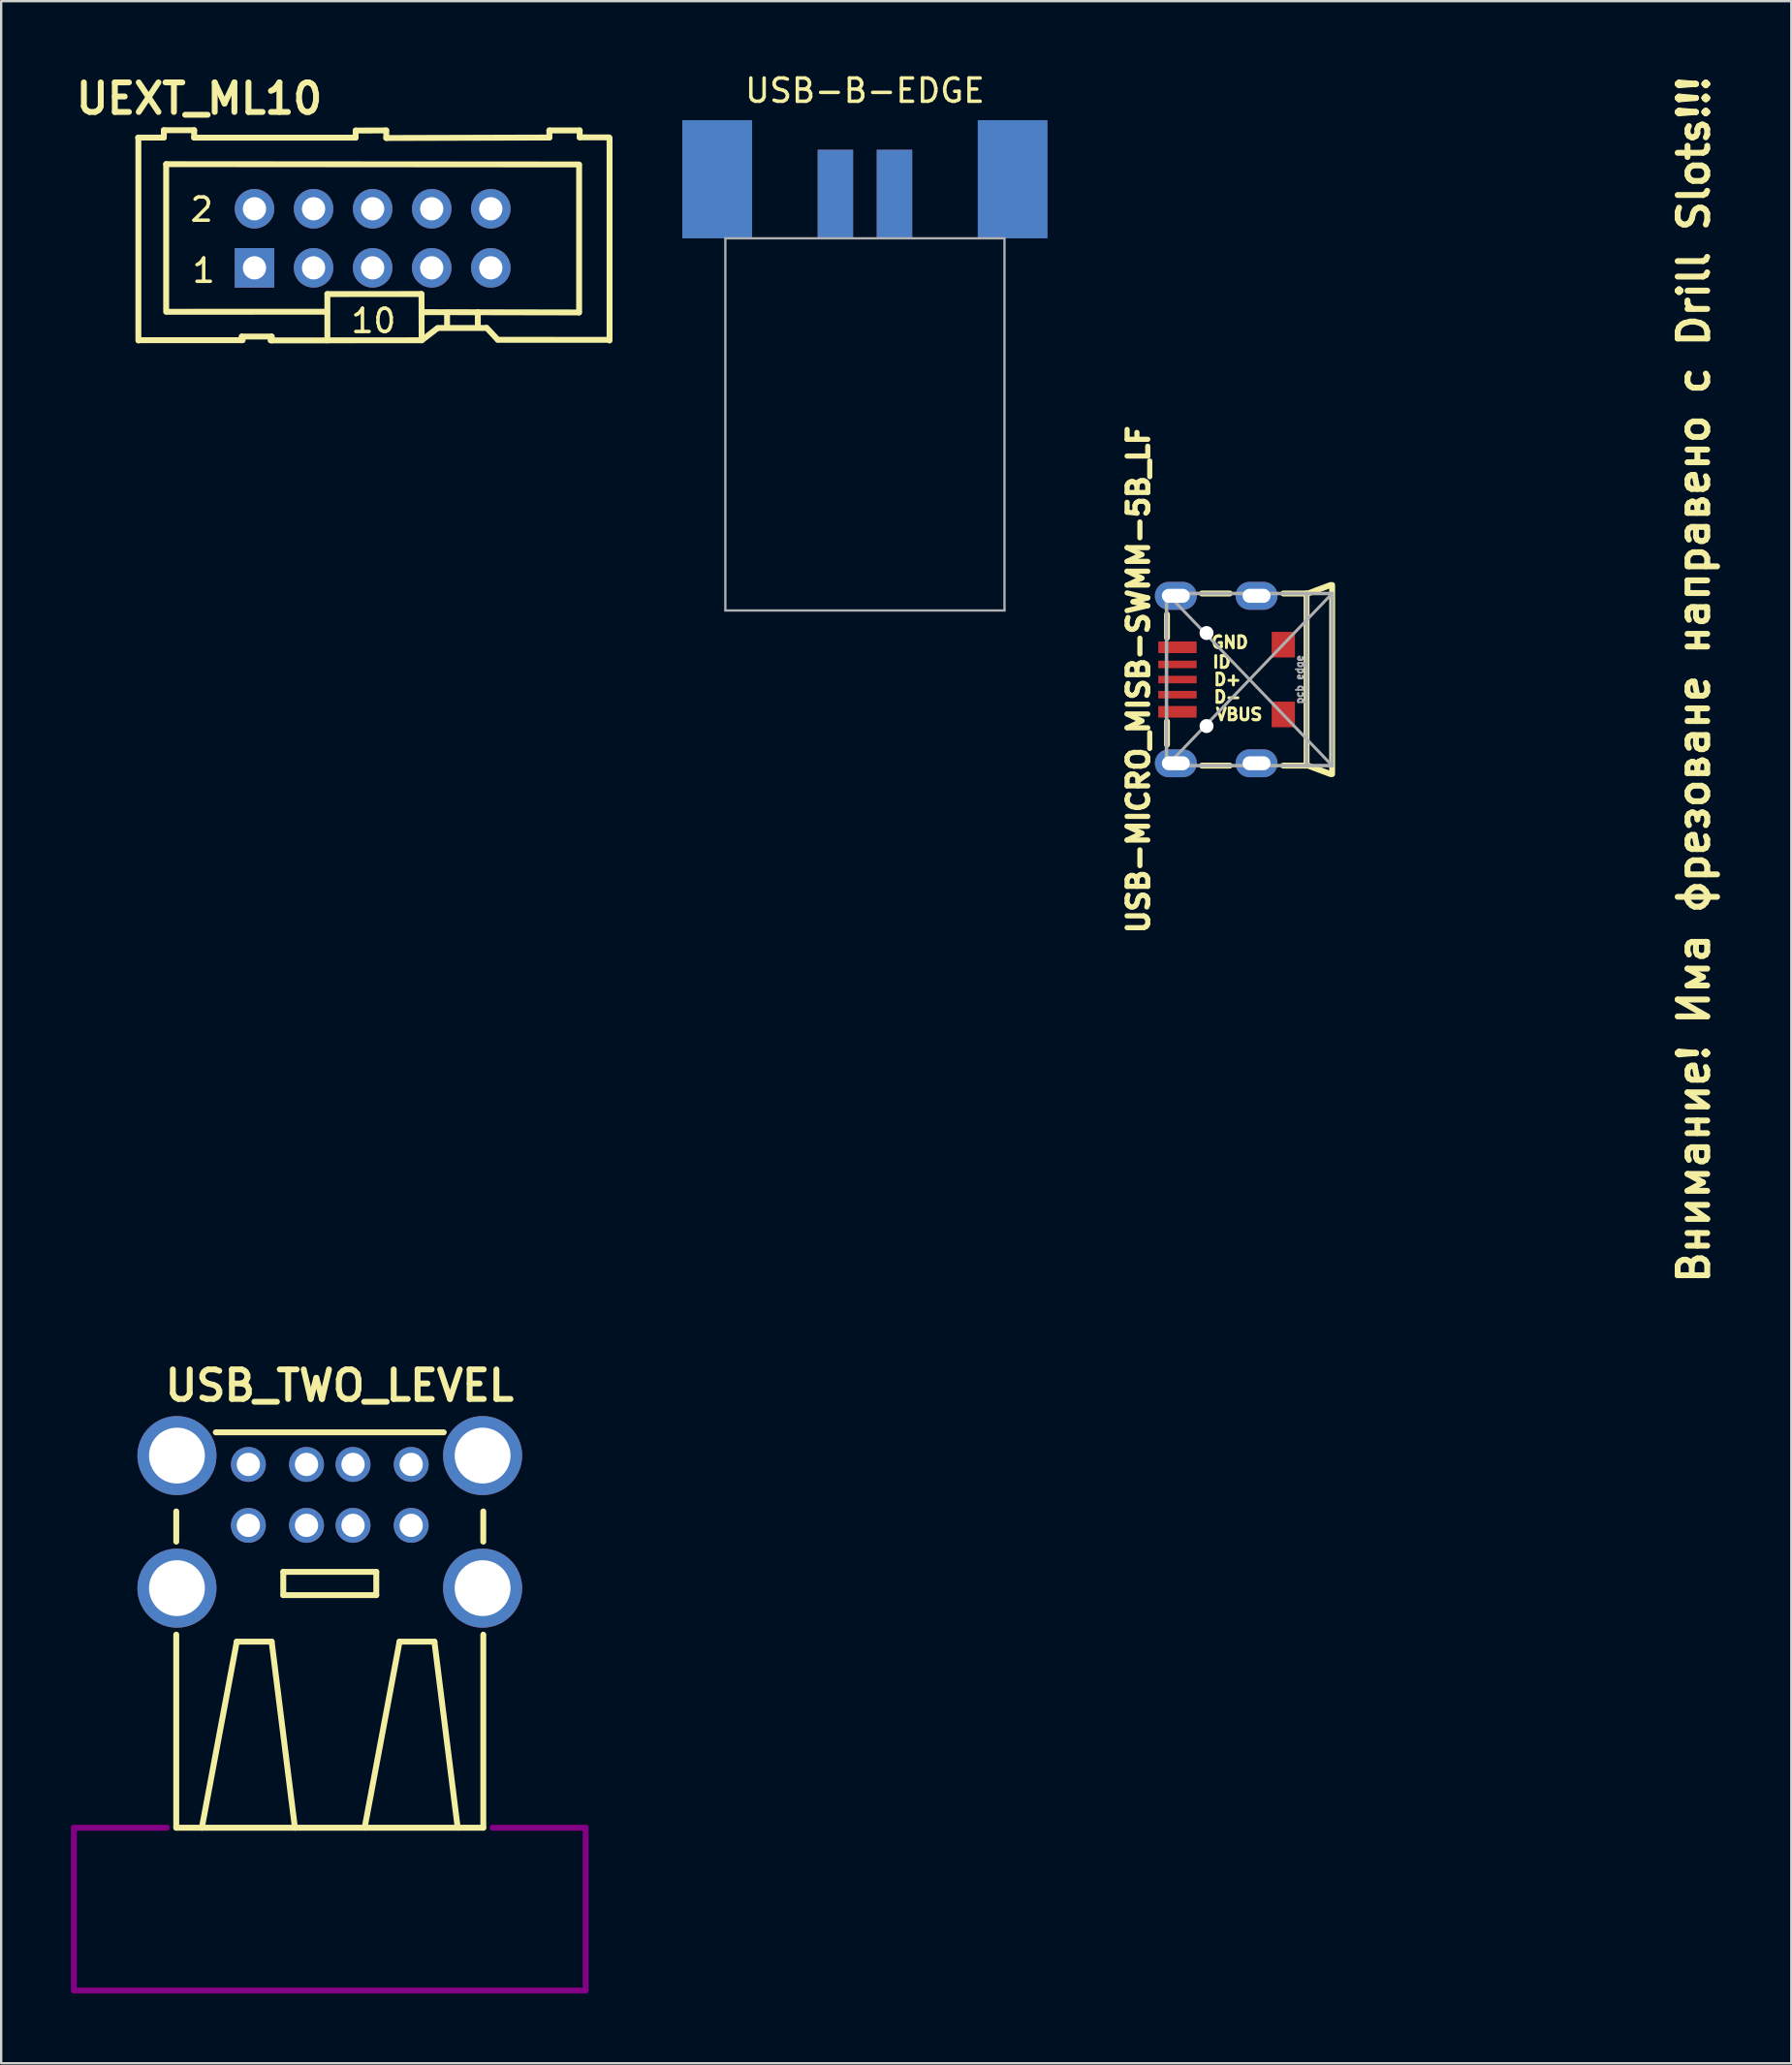
<source format=kicad_pcb>
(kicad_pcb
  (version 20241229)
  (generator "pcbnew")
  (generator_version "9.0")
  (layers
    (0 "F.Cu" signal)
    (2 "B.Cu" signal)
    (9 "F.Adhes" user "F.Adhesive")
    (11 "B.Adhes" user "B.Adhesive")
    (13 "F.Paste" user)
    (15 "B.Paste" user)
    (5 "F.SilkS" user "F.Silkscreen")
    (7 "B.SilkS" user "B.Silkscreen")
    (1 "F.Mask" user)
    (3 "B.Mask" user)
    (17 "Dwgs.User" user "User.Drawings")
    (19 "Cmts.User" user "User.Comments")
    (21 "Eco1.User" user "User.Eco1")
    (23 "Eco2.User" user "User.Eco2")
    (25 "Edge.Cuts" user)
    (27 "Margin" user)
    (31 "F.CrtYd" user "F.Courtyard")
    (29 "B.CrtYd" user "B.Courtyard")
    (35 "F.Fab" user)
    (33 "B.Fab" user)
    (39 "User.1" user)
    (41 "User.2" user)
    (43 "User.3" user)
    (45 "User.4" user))
  (footprint "USB-B-EDGE"
    (layer "F.Cu")
    (at 34.133 7.198)
    (property "Reference" "USB-B-EDGE" (at 0 -6.35 0) (layer "F.SilkS") (effects (font (size 1 1) (thickness 0.15))))
    (attr smd)
    (fp_line (start -6 0) (end 6 0) (stroke (width 0.1) (type solid)) (layer "F.Fab"))
    (fp_line (start -6 16) (end -6 0) (stroke (width 0.1) (type solid)) (layer "F.Fab"))
    (fp_line (start 6 0) (end 6 16) (stroke (width 0.1) (type solid)) (layer "F.Fab"))
    (fp_line (start 6 16) (end -6 16) (stroke (width 0.1) (type solid)) (layer "F.Fab"))
    (pad "0" smd rect (at -6.35 -2.54) (size 3 5.08) (layers "B.Cu" "B.Mask"))
    (pad "0" smd rect (at 6.35 -2.54) (size 3 5.08) (layers "B.Cu" "B.Mask"))
    (pad "1" smd rect (at 1.27 -1.905) (size 1.524 3.81) (layers "F.Cu" "F.Mask" "F.Paste"))
    (pad "2" smd rect (at -1.27 -1.905) (size 1.524 3.81) (layers "F.Cu" "F.Mask" "F.Paste"))
    (pad "3" smd rect (at -1.27 -1.905) (size 1.524 3.81) (layers "B.Cu" "B.Mask"))
    (pad "4" smd rect (at 1.27 -1.905) (size 1.524 3.81) (layers "B.Cu" "B.Mask" "F.Paste")))
  (footprint "UEXT_ML10"
    (layer "F.Cu")
    (at 12.97 7.196)
    (property "Reference" "UEXT_ML10" (at -7.455 -6.007 0) (layer "F.SilkS") (effects (font (size 1.27 1.27) (thickness 0.254))))
    (attr through_hole)
    (fp_line (start -10.084 -4.331) (end -8.979 -4.331) (stroke (width 0.254) (type solid)) (layer "F.SilkS"))
    (fp_line (start -10.071 -4.318) (end -10.071 4.394) (stroke (width 0.254) (type solid)) (layer "F.SilkS"))
    (fp_line (start -10.058 4.381) (end -5.588 4.381) (stroke (width 0.254) (type solid)) (layer "F.SilkS"))
    (fp_line (start -8.976 -4.648) (end -8.976 -4.336) (stroke (width 0.254) (type solid)) (layer "F.SilkS"))
    (fp_line (start -8.877 -3.188) (end -8.877 3.162) (stroke (width 0.254) (type solid)) (layer "F.SilkS"))
    (fp_line (start -8.877 -3.188) (end 8.865 -3.175) (stroke (width 0.254) (type solid)) (layer "F.SilkS"))
    (fp_line (start -7.673 -4.648) (end -8.976 -4.648) (stroke (width 0.254) (type solid)) (layer "F.SilkS"))
    (fp_line (start -7.673 -4.328) (end -7.673 -4.648) (stroke (width 0.254) (type solid)) (layer "F.SilkS"))
    (fp_line (start -5.631 4.384) (end -5.624 4.224) (stroke (width 0.254) (type solid)) (layer "F.SilkS"))
    (fp_line (start -5.624 4.224) (end -4.351 4.224) (stroke (width 0.254) (type solid)) (layer "F.SilkS"))
    (fp_line (start -4.389 4.389) (end -1.991 4.389) (stroke (width 0.254) (type solid)) (layer "F.SilkS"))
    (fp_line (start -4.338 4.224) (end -4.338 4.392) (stroke (width 0.254) (type solid)) (layer "F.SilkS"))
    (fp_line (start -1.958 3.157) (end -8.806 3.16) (stroke (width 0.254) (type solid)) (layer "F.SilkS"))
    (fp_line (start -1.946 2.398) (end 2.095 2.395) (stroke (width 0.254) (type solid)) (layer "F.SilkS"))
    (fp_line (start -1.946 4.387) (end 2.103 4.384) (stroke (width 0.254) (type solid)) (layer "F.SilkS"))
    (fp_line (start -1.946 4.389) (end -1.946 2.398) (stroke (width 0.254) (type solid)) (layer "F.SilkS"))
    (fp_line (start -0.734 -4.328) (end -7.673 -4.328) (stroke (width 0.254) (type solid)) (layer "F.SilkS"))
    (fp_line (start -0.729 -4.633) (end -0.734 -4.328) (stroke (width 0.254) (type solid)) (layer "F.SilkS"))
    (fp_line (start 0.582 -4.638) (end -0.729 -4.633) (stroke (width 0.254) (type solid)) (layer "F.SilkS"))
    (fp_line (start 0.587 -4.313) (end 0.582 -4.638) (stroke (width 0.254) (type solid)) (layer "F.SilkS"))
    (fp_line (start 2.101 2.395) (end 2.106 4.384) (stroke (width 0.254) (type solid)) (layer "F.SilkS"))
    (fp_line (start 2.121 3.175) (end 8.865 3.188) (stroke (width 0.254) (type solid)) (layer "F.SilkS"))
    (fp_line (start 2.131 4.371) (end 2.781 3.868) (stroke (width 0.254) (type solid)) (layer "F.SilkS"))
    (fp_line (start 2.807 3.856) (end 4.813 3.856) (stroke (width 0.254) (type solid)) (layer "F.SilkS"))
    (fp_line (start 3.2 3.188) (end 3.2 3.835) (stroke (width 0.254) (type solid)) (layer "F.SilkS"))
    (fp_line (start 4.521 3.175) (end 4.521 3.835) (stroke (width 0.254) (type solid)) (layer "F.SilkS"))
    (fp_line (start 4.763 3.856) (end 4.844 3.856) (stroke (width 0.15) (type solid)) (layer "F.SilkS"))
    (fp_line (start 4.831 3.856) (end 4.907 3.856) (stroke (width 0.15) (type solid)) (layer "F.SilkS"))
    (fp_line (start 4.895 3.843) (end 5.37 4.351) (stroke (width 0.254) (type solid)) (layer "F.SilkS"))
    (fp_line (start 5.382 4.364) (end 10.137 4.366) (stroke (width 0.254) (type solid)) (layer "F.SilkS"))
    (fp_line (start 7.597 -4.638) (end 7.597 -4.333) (stroke (width 0.254) (type solid)) (layer "F.SilkS"))
    (fp_line (start 7.597 -4.333) (end 0.587 -4.313) (stroke (width 0.254) (type solid)) (layer "F.SilkS"))
    (fp_line (start 8.877 -3.162) (end 8.877 3.188) (stroke (width 0.254) (type solid)) (layer "F.SilkS"))
    (fp_line (start 8.9 -4.638) (end 7.597 -4.638) (stroke (width 0.254) (type solid)) (layer "F.SilkS"))
    (fp_line (start 8.9 -4.341) (end 8.9 -4.638) (stroke (width 0.254) (type solid)) (layer "F.SilkS"))
    (fp_line (start 10.155 -4.338) (end 8.9 -4.341) (stroke (width 0.254) (type solid)) (layer "F.SilkS"))
    (fp_line (start 10.185 -4.318) (end 10.185 4.394) (stroke (width 0.254) (type solid)) (layer "F.SilkS"))
    (fp_text user "2" (at -7.348 -1.234 0) (layer "F.SilkS") (effects (font (size 1 1) (thickness 0.15))))
    (fp_text user "10" (at 0.038 3.551 0) (layer "F.SilkS") (effects (font (size 1 1) (thickness 0.15))))
    (fp_text user "1" (at -7.264 1.392 0) (layer "F.SilkS") (effects (font (size 1 1) (thickness 0.15))))
    (pad "1" thru_hole rect (at -5.08 1.27) (size 1.7 1.7) (drill 1) (layers "*.Cu" "*.Mask"))
    (pad "2" thru_hole circle (at -5.08 -1.27) (size 1.7 1.7) (drill 1) (layers "*.Cu" "*.Mask"))
    (pad "3" thru_hole circle (at -2.54 1.27) (size 1.7 1.7) (drill 1) (layers "*.Cu" "*.Mask"))
    (pad "4" thru_hole circle (at -2.54 -1.27) (size 1.7 1.7) (drill 1) (layers "*.Cu" "*.Mask"))
    (pad "5" thru_hole circle (at 0 1.27) (size 1.7 1.7) (drill 1) (layers "*.Cu" "*.Mask"))
    (pad "6" thru_hole circle (at 0 -1.27) (size 1.7 1.7) (drill 1) (layers "*.Cu" "*.Mask"))
    (pad "7" thru_hole circle (at 2.54 1.27) (size 1.7 1.7) (drill 1) (layers "*.Cu" "*.Mask"))
    (pad "8" thru_hole circle (at 2.54 -1.27) (size 1.7 1.7) (drill 1) (layers "*.Cu" "*.Mask"))
    (pad "9" thru_hole circle (at 5.08 1.27) (size 1.7 1.7) (drill 1) (layers "*.Cu" "*.Mask"))
    (pad "10" thru_hole circle (at 5.08 -1.27) (size 1.7 1.7) (drill 1) (layers "*.Cu" "*.Mask")))
  (footprint "USB-MICRO_MISB-SWMM-5B_LF"
    (layer "F.Cu")
    (at 50.719 26.168)
    (property "Reference" "USB-MICRO_MISB-SWMM-5B_LF" (at -4.826 0 90) (layer "F.SilkS") (effects (font (size 0.889 0.889) (thickness 0.222))))
    (attr smd)
    (fp_line (start -3.6 -2.8) (end -3.6 -1.8) (stroke (width 0.254) (type solid)) (layer "F.SilkS"))
    (fp_line (start -3.6 1.8) (end -3.6 2.8) (stroke (width 0.254) (type solid)) (layer "F.SilkS"))
    (fp_line (start -2.1 -3.7) (end -0.9 -3.7) (stroke (width 0.254) (type solid)) (layer "F.SilkS"))
    (fp_line (start -2.1 3.7) (end -0.9 3.7) (stroke (width 0.254) (type solid)) (layer "F.SilkS"))
    (fp_line (start 1.4 -3.7) (end 2.4 -3.7) (stroke (width 0.254) (type solid)) (layer "F.SilkS"))
    (fp_line (start 2.4 -3.7) (end 2.4 3.7) (stroke (width 0.254) (type solid)) (layer "F.SilkS"))
    (fp_line (start 2.4 3.7) (end 1.4 3.7) (stroke (width 0.254) (type solid)) (layer "F.SilkS"))
    (fp_line (start 3.429 -4.064) (end 2.413 -3.683) (stroke (width 0.254) (type solid)) (layer "F.SilkS"))
    (fp_line (start 3.429 4.064) (end 2.413 3.683) (stroke (width 0.254) (type solid)) (layer "F.SilkS"))
    (fp_line (start 3.5 -4.064) (end 3.5 4.064) (stroke (width 0.254) (type solid)) (layer "F.SilkS"))
    (fp_line (start -3.62 -3.7) (end 3.5 -3.7) (stroke (width 0.15) (type solid)) (layer "F.Fab"))
    (fp_line (start -3.62 3.7) (end -3.62 -3.7) (stroke (width 0.15) (type solid)) (layer "F.Fab"))
    (fp_line (start 2.4 3.7) (end 2.4 -3.7) (stroke (width 0.15) (type solid)) (layer "F.Fab"))
    (fp_line (start 3.5 -3.7) (end -3.6 3.7) (stroke (width 0.127) (type solid)) (layer "F.Fab"))
    (fp_line (start 3.5 -3.7) (end 3.5 3.7) (stroke (width 0.15) (type solid)) (layer "F.Fab"))
    (fp_line (start 3.5 3.7) (end -3.62 3.7) (stroke (width 0.15) (type solid)) (layer "F.Fab"))
    (fp_line (start 3.5 3.7) (end -3.6 -3.7) (stroke (width 0.127) (type solid)) (layer "F.Fab"))
    (fp_text user "GND" (at -0.9 -1.6 0) (layer "F.SilkS") (effects (font (size 0.508 0.508) (thickness 0.127))))
    (fp_text user "ID" (at -1.25 -0.75 0) (layer "F.SilkS") (effects (font (size 0.508 0.508) (thickness 0.127))))
    (fp_text user "D-" (at -1 0.75 0) (layer "F.SilkS") (effects (font (size 0.508 0.508) (thickness 0.127))))
    (fp_text user "VBUS" (at -0.5 1.5 0) (layer "F.SilkS") (effects (font (size 0.508 0.508) (thickness 0.127))))
    (fp_text user "Внимание! Има фрезоване направено с Drill Slots!!!" (at 19.05 0 90) (layer "F.SilkS") (effects (font (size 1.27 1.27) (thickness 0.254))))
    (fp_text user "D+" (at -1 0 0) (layer "F.SilkS") (effects (font (size 0.508 0.508) (thickness 0.127))))
    (fp_text user "pcb edge" (at 2.1 0 90) (layer "F.Fab") (effects (font (size 0.3 0.3) (thickness 0.075))))
    (pad "" np_thru_hole circle (at -1.9 -2 90) (size 0.6 0.6) (drill 0.6) (layers "*.Cu" "*.Mask"))
    (pad "" np_thru_hole circle (at -1.9 2 90) (size 0.6 0.6) (drill 0.6) (layers "*.Cu" "*.Mask"))
    (pad "0" thru_hole oval (at -3.22 -3.6 90) (size 1.2 1.8) (drill oval 0.6 1.2) (layers "*.Cu" "*.Mask"))
    (pad "0" thru_hole oval (at -3.22 3.6 90) (size 1.2 1.8) (drill oval 0.6 1.2) (layers "*.Cu" "*.Mask"))
    (pad "0" thru_hole oval (at 0.25 -3.6 90) (size 1.2 1.8) (drill oval 0.6 1.2) (layers "*.Cu" "*.Mask"))
    (pad "0" thru_hole oval (at 0.25 3.6 90) (size 1.2 1.8) (drill oval 0.6 1.2) (layers "*.Cu" "*.Mask"))
    (pad "0" smd rect (at 1.4 -1.5 90) (size 1.1 1) (layers "F.Cu" "F.Mask" "F.Paste"))
    (pad "0" smd rect (at 1.4 1.5 90) (size 1.1 1) (layers "F.Cu" "F.Mask" "F.Paste"))
    (pad "1" smd rect (at -3.15 1.387 90) (size 0.5 1.65) (layers "F.Cu" "F.Mask" "F.Paste"))
    (pad "2" smd rect (at -3.15 0.65 90) (size 0.325 1.65) (layers "F.Cu" "F.Mask" "F.Paste"))
    (pad "3" smd rect (at -3.15 0 90) (size 0.325 1.65) (layers "F.Cu" "F.Mask" "F.Paste"))
    (pad "4" smd rect (at -3.15 -0.65 90) (size 0.325 1.65) (layers "F.Cu" "F.Mask" "F.Paste"))
    (pad "5" smd rect (at -3.15 -1.387 90) (size 0.5 1.65) (layers "F.Cu" "F.Mask" "F.Paste")))
  (footprint "USB_TWO_LEVEL"
    (layer "F.Cu")
    (at 11.127 62.535)
    (property "Reference" "USB_TWO_LEVEL" (at 0.42 -6.01 0) (layer "F.SilkS") (effects (font (size 1.27 1.27) (thickness 0.254))))
    (attr through_hole)
    (fp_line (start -6.6 4.7) (end -6.6 13) (stroke (width 0.254) (type solid)) (layer "F.SilkS"))
    (fp_line (start -6.599 -0.599) (end -6.599 0.699) (stroke (width 0.254) (type solid)) (layer "F.SilkS"))
    (fp_line (start -6.599 13) (end -5.499 13) (stroke (width 0.254) (type solid)) (layer "F.SilkS"))
    (fp_line (start -5.5 13) (end -1.5 13) (stroke (width 0.254) (type solid)) (layer "F.SilkS"))
    (fp_line (start -5.499 13) (end -3.998 4.999) (stroke (width 0.254) (type solid)) (layer "F.SilkS"))
    (fp_line (start -3.998 4.999) (end -2.499 4.999) (stroke (width 0.254) (type solid)) (layer "F.SilkS"))
    (fp_line (start -2.499 4.999) (end -1.499 13) (stroke (width 0.254) (type solid)) (layer "F.SilkS"))
    (fp_line (start -1.999 1.999) (end -1.999 3) (stroke (width 0.254) (type solid)) (layer "F.SilkS"))
    (fp_line (start -1.999 3) (end 1.999 3) (stroke (width 0.254) (type solid)) (layer "F.SilkS"))
    (fp_line (start -1.5 13) (end 6.6 13) (stroke (width 0.254) (type solid)) (layer "F.SilkS"))
    (fp_line (start 1.499 13) (end 3 4.999) (stroke (width 0.254) (type solid)) (layer "F.SilkS"))
    (fp_line (start 1.999 1.999) (end -1.999 1.999) (stroke (width 0.254) (type solid)) (layer "F.SilkS"))
    (fp_line (start 1.999 3) (end 1.999 1.999) (stroke (width 0.254) (type solid)) (layer "F.SilkS"))
    (fp_line (start 3 4.999) (end 4.498 4.999) (stroke (width 0.254) (type solid)) (layer "F.SilkS"))
    (fp_line (start 4.498 4.999) (end 5.499 13) (stroke (width 0.254) (type solid)) (layer "F.SilkS"))
    (fp_line (start 4.9 -4) (end -4.9 -4) (stroke (width 0.254) (type solid)) (layer "F.SilkS"))
    (fp_line (start 6.599 0.699) (end 6.599 -0.599) (stroke (width 0.254) (type solid)) (layer "F.SilkS"))
    (fp_line (start 6.6 13) (end 6.6 4.7) (stroke (width 0.254) (type solid)) (layer "F.SilkS"))
    (fp_line (start -11 13) (end -11 20) (stroke (width 0.254) (type solid)) (layer "F.Adhes"))
    (fp_line (start -11 20) (end 11 20) (stroke (width 0.254) (type solid)) (layer "F.Adhes"))
    (fp_line (start -7 13) (end -11 13) (stroke (width 0.254) (type solid)) (layer "F.Adhes"))
    (fp_line (start 11 13) (end 7 13) (stroke (width 0.254) (type solid)) (layer "F.Adhes"))
    (fp_line (start 11 20) (end 11 13) (stroke (width 0.254) (type solid)) (layer "F.Adhes"))
    (pad "0" thru_hole circle (at -6.57 -3) (size 3.4 3.4) (drill 2.4) (layers "*.Cu" "*.Mask"))
    (pad "0" thru_hole circle (at -6.57 2.7) (size 3.4 3.4) (drill 2.4) (layers "*.Cu" "*.Mask"))
    (pad "0" thru_hole circle (at 6.57 -3) (size 3.4 3.4) (drill 2.4) (layers "*.Cu" "*.Mask"))
    (pad "0" thru_hole circle (at 6.57 2.7) (size 3.4 3.4) (drill 2.4) (layers "*.Cu" "*.Mask"))
    (pad "1.1" thru_hole circle (at -3.5 -2.62) (size 1.5 1.5) (drill 1) (layers "*.Cu" "*.Mask"))
    (pad "1.2" thru_hole circle (at -1 -2.62) (size 1.5 1.5) (drill 1) (layers "*.Cu" "*.Mask"))
    (pad "1.3" thru_hole circle (at 1 -2.62) (size 1.5 1.5) (drill 1) (layers "*.Cu" "*.Mask"))
    (pad "1.4" thru_hole circle (at 3.5 -2.62) (size 1.5 1.5) (drill 1) (layers "*.Cu" "*.Mask"))
    (pad "2.1" thru_hole circle (at -3.5 0) (size 1.5 1.5) (drill 1) (layers "*.Cu" "*.Mask"))
    (pad "2.2" thru_hole circle (at -1 0) (size 1.5 1.5) (drill 1) (layers "*.Cu" "*.Mask"))
    (pad "2.3" thru_hole circle (at 1 0) (size 1.5 1.5) (drill 1) (layers "*.Cu" "*.Mask"))
    (pad "2.4" thru_hole circle (at 3.5 0) (size 1.5 1.5) (drill 1) (layers "*.Cu" "*.Mask")))
  (gr_rect
    (start -3 -3)
    (end 73.958 85.662)
    (stroke (width 0.1) (type default))
    (fill no)
    (layer "Edge.Cuts")))
</source>
